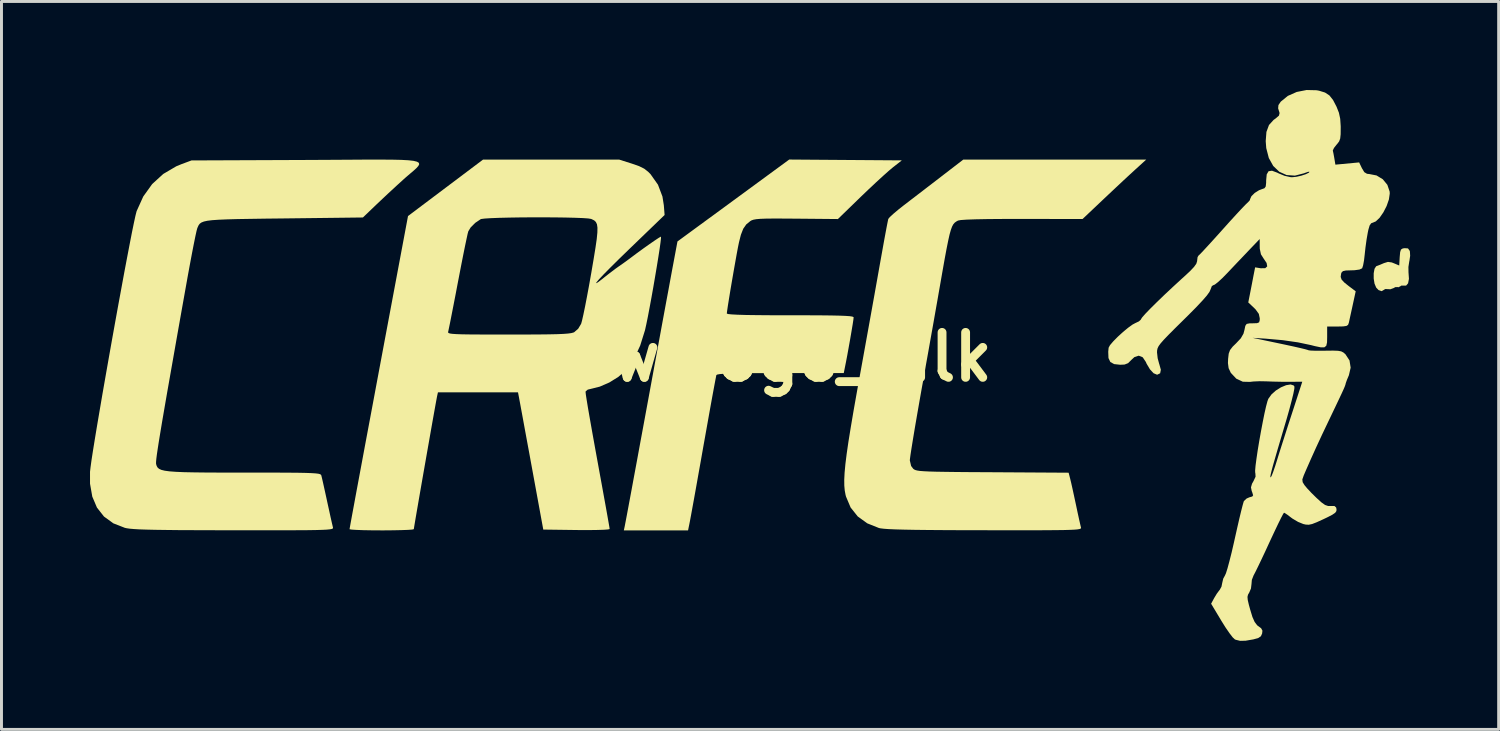
<source format=kicad_pcb>
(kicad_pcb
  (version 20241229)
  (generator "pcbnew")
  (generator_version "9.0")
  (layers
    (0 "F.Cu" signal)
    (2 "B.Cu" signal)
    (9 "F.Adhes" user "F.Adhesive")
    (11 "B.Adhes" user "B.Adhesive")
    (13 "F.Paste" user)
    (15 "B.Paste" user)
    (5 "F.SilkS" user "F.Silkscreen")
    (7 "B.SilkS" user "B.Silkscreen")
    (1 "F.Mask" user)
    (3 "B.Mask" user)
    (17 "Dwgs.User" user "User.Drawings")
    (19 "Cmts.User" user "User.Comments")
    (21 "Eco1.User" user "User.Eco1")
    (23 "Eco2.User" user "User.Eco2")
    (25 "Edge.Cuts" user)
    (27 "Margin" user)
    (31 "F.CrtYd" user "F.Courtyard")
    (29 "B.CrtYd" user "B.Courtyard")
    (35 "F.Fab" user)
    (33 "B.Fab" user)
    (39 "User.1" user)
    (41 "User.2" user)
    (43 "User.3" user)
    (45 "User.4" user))
  (footprint "new_logo_silk"
    (layer "F.Cu")
    (at 22.774 9.047)
    (property "Reference" "new_logo_silk" (at 0 0 0) (layer "F.SilkS") (effects (font (size 1.524 1.524) (thickness 0.3))))
    (attr board_only exclude_from_pos_files exclude_from_bom)
    (fp_poly (pts (xy 21.884 -3.68) (xy 21.94 -3.602) (xy 21.949 -3.572) (xy 21.957 -3.43) (xy 21.932 -3.259) (xy 21.927 -3.24) (xy 21.898 -3.051) (xy 21.901 -2.864) (xy 21.902 -2.856) (xy 21.916 -2.648) (xy 21.887 -2.497) (xy 21.82 -2.42) (xy 21.759 -2.419) (xy 21.659 -2.421) (xy 21.621 -2.394) (xy 21.554 -2.362) (xy 21.532 -2.37) (xy 21.451 -2.367) (xy 21.4 -2.337) (xy 21.285 -2.295) (xy 21.212 -2.3) (xy 21.111 -2.303) (xy 21.073 -2.279) (xy 20.992 -2.231) (xy 20.887 -2.268) (xy 20.807 -2.351) (xy 20.75 -2.485) (xy 20.722 -2.659) (xy 20.722 -2.838) (xy 20.75 -2.989) (xy 20.805 -3.075) (xy 20.818 -3.08) (xy 20.936 -3.125) (xy 21.07 -3.182) (xy 21.204 -3.223) (xy 21.333 -3.205) (xy 21.407 -3.176) (xy 21.587 -3.101) (xy 21.603 -3.386) (xy 21.618 -3.553) (xy 21.646 -3.641) (xy 21.705 -3.678) (xy 21.768 -3.688)) (stroke (width 0) (type solid)) (fill yes) (layer "F.SilkS"))
    (fp_poly (pts (xy 2.825 -6.677) (xy 4.734 -6.663) (xy 4.432 -6.427) (xy 4.297 -6.314) (xy 4.103 -6.141) (xy 3.868 -5.926) (xy 3.61 -5.684) (xy 3.349 -5.434) (xy 2.567 -4.675) (xy 1.156 -4.688) (xy 0.721 -4.691) (xy 0.382 -4.692) (xy 0.124 -4.689) (xy -0.065 -4.682) (xy -0.2 -4.67) (xy -0.293 -4.653) (xy -0.359 -4.63) (xy -0.399 -4.607) (xy -0.537 -4.494) (xy -0.64 -4.347) (xy -0.72 -4.142) (xy -0.784 -3.889) (xy -0.816 -3.733) (xy -0.859 -3.505) (xy -0.909 -3.226) (xy -0.964 -2.915) (xy -1.02 -2.591) (xy -1.074 -2.275) (xy -1.121 -1.986) (xy -1.16 -1.743) (xy -1.186 -1.567) (xy -1.197 -1.476) (xy -1.197 -1.474) (xy -1.158 -1.457) (xy -1.038 -1.444) (xy -0.833 -1.433) (xy -0.539 -1.424) (xy -0.149 -1.419) (xy 0.34 -1.415) (xy 0.932 -1.414) (xy 0.952 -1.414) (xy 1.507 -1.414) (xy 1.963 -1.412) (xy 2.327 -1.408) (xy 2.609 -1.402) (xy 2.818 -1.394) (xy 2.963 -1.384) (xy 3.052 -1.371) (xy 3.094 -1.354) (xy 3.1 -1.342) (xy 3.091 -1.261) (xy 3.066 -1.097) (xy 3.028 -0.871) (xy 2.983 -0.607) (xy 2.933 -0.328) (xy 2.884 -0.057) (xy 2.838 0.184) (xy 2.823 0.258) (xy 2.766 0.544) (xy 0.62 0.544) (xy 0.054 0.545) (xy -0.412 0.547) (xy -0.785 0.551) (xy -1.074 0.558) (xy -1.286 0.567) (xy -1.431 0.578) (xy -1.516 0.593) (xy -1.55 0.61) (xy -1.551 0.612) (xy -1.565 0.678) (xy -1.596 0.841) (xy -1.642 1.087) (xy -1.701 1.407) (xy -1.77 1.788) (xy -1.847 2.22) (xy -1.931 2.691) (xy -1.985 2.991) (xy -2.073 3.491) (xy -2.158 3.966) (xy -2.236 4.405) (xy -2.306 4.795) (xy -2.366 5.123) (xy -2.412 5.376) (xy -2.443 5.541) (xy -2.452 5.589) (xy -2.51 5.874) (xy -4.686 5.874) (xy -4.654 5.725) (xy -4.642 5.66) (xy -4.62 5.546) (xy -4.588 5.377) (xy -4.545 5.148) (xy -4.49 4.853) (xy -4.422 4.488) (xy -4.341 4.048) (xy -4.244 3.527) (xy -4.133 2.921) (xy -4.004 2.225) (xy -3.858 1.433) (xy -3.694 0.541) (xy -3.645 0.272) (xy -3.542 -0.285) (xy -3.441 -0.835) (xy -3.344 -1.362) (xy -3.253 -1.853) (xy -3.171 -2.293) (xy -3.102 -2.669) (xy -3.047 -2.966) (xy -3.009 -3.168) (xy -2.869 -3.916) (xy -0.976 -5.303) (xy 0.917 -6.691)) (stroke (width 0) (type solid)) (fill yes) (layer "F.SilkS"))
    (fp_poly (pts (xy 12.641 -6.35) (xy 12.472 -6.195) (xy 12.246 -5.986) (xy 11.989 -5.745) (xy 11.721 -5.493) (xy 11.562 -5.343) (xy 10.857 -4.676) (xy 8.801 -4.679) (xy 8.171 -4.678) (xy 7.648 -4.674) (xy 7.233 -4.666) (xy 6.926 -4.655) (xy 6.727 -4.641) (xy 6.636 -4.623) (xy 6.575 -4.589) (xy 6.524 -4.551) (xy 6.478 -4.498) (xy 6.436 -4.42) (xy 6.395 -4.308) (xy 6.351 -4.152) (xy 6.304 -3.941) (xy 6.249 -3.667) (xy 6.184 -3.318) (xy 6.107 -2.884) (xy 6.015 -2.357) (xy 5.983 -2.176) (xy 5.939 -1.922) (xy 5.878 -1.578) (xy 5.805 -1.162) (xy 5.721 -0.691) (xy 5.631 -0.183) (xy 5.536 0.345) (xy 5.442 0.876) (xy 5.415 1.022) (xy 5.328 1.515) (xy 5.247 1.98) (xy 5.174 2.405) (xy 5.112 2.778) (xy 5.062 3.087) (xy 5.026 3.32) (xy 5.007 3.465) (xy 5.004 3.502) (xy 5.048 3.692) (xy 5.118 3.785) (xy 5.149 3.809) (xy 5.191 3.829) (xy 5.254 3.846) (xy 5.346 3.86) (xy 5.478 3.87) (xy 5.658 3.879) (xy 5.898 3.886) (xy 6.205 3.891) (xy 6.589 3.896) (xy 7.061 3.9) (xy 7.629 3.903) (xy 7.809 3.904) (xy 10.385 3.92) (xy 10.437 4.122) (xy 10.469 4.254) (xy 10.516 4.463) (xy 10.572 4.721) (xy 10.632 5) (xy 10.633 5.004) (xy 10.689 5.27) (xy 10.74 5.503) (xy 10.78 5.679) (xy 10.803 5.775) (xy 10.804 5.779) (xy 10.805 5.799) (xy 10.79 5.815) (xy 10.752 5.829) (xy 10.682 5.841) (xy 10.573 5.85) (xy 10.417 5.857) (xy 10.206 5.863) (xy 9.931 5.866) (xy 9.585 5.869) (xy 9.16 5.87) (xy 8.649 5.87) (xy 8.042 5.87) (xy 7.523 5.869) (xy 6.791 5.868) (xy 6.161 5.865) (xy 5.626 5.861) (xy 5.178 5.856) (xy 4.811 5.849) (xy 4.518 5.841) (xy 4.291 5.831) (xy 4.124 5.819) (xy 4.01 5.805) (xy 3.958 5.794) (xy 3.561 5.635) (xy 3.239 5.402) (xy 2.998 5.099) (xy 2.842 4.73) (xy 2.826 4.669) (xy 2.799 4.525) (xy 2.784 4.357) (xy 2.782 4.158) (xy 2.794 3.919) (xy 2.821 3.63) (xy 2.864 3.284) (xy 2.924 2.871) (xy 3.003 2.382) (xy 3.1 1.809) (xy 3.218 1.143) (xy 3.287 0.761) (xy 3.392 0.183) (xy 3.5 -0.415) (xy 3.608 -1.012) (xy 3.712 -1.59) (xy 3.809 -2.13) (xy 3.895 -2.612) (xy 3.967 -3.018) (xy 4.001 -3.209) (xy 4.069 -3.587) (xy 4.131 -3.933) (xy 4.186 -4.23) (xy 4.23 -4.463) (xy 4.261 -4.618) (xy 4.274 -4.678) (xy 4.326 -4.742) (xy 4.448 -4.854) (xy 4.619 -4.998) (xy 4.799 -5.14) (xy 5.019 -5.309) (xy 5.297 -5.522) (xy 5.603 -5.757) (xy 5.909 -5.992) (xy 6.056 -6.105) (xy 6.816 -6.69) (xy 13.015 -6.69)) (stroke (width 0) (type solid)) (fill yes) (layer "F.SilkS"))
    (fp_poly (pts (xy -12.549 -6.687) (xy -12.232 -6.68) (xy -11.989 -6.667) (xy -11.812 -6.647) (xy -11.695 -6.618) (xy -11.633 -6.581) (xy -11.62 -6.533) (xy -11.649 -6.473) (xy -11.714 -6.4) (xy -11.81 -6.313) (xy -11.93 -6.211) (xy -12.069 -6.092) (xy -12.141 -6.028) (xy -12.394 -5.798) (xy -12.673 -5.54) (xy -12.937 -5.292) (xy -13.085 -5.152) (xy -13.527 -4.728) (xy -16.185 -4.696) (xy -16.812 -4.689) (xy -17.339 -4.681) (xy -17.775 -4.674) (xy -18.13 -4.664) (xy -18.413 -4.652) (xy -18.631 -4.637) (xy -18.796 -4.617) (xy -18.915 -4.591) (xy -18.998 -4.558) (xy -19.054 -4.518) (xy -19.092 -4.469) (xy -19.12 -4.41) (xy -19.14 -4.362) (xy -19.164 -4.273) (xy -19.204 -4.091) (xy -19.257 -3.831) (xy -19.32 -3.507) (xy -19.39 -3.134) (xy -19.465 -2.726) (xy -19.495 -2.556) (xy -19.666 -1.598) (xy -19.818 -0.741) (xy -19.952 0.02) (xy -20.07 0.69) (xy -20.173 1.275) (xy -20.26 1.78) (xy -20.334 2.211) (xy -20.394 2.573) (xy -20.443 2.871) (xy -20.48 3.111) (xy -20.508 3.299) (xy -20.526 3.44) (xy -20.535 3.538) (xy -20.537 3.601) (xy -20.534 3.628) (xy -20.515 3.691) (xy -20.485 3.744) (xy -20.435 3.788) (xy -20.357 3.824) (xy -20.242 3.852) (xy -20.082 3.874) (xy -19.867 3.89) (xy -19.588 3.902) (xy -19.238 3.909) (xy -18.806 3.914) (xy -18.285 3.916) (xy -17.665 3.916) (xy -17.546 3.916) (xy -16.948 3.916) (xy -16.45 3.917) (xy -16.042 3.919) (xy -15.715 3.922) (xy -15.461 3.927) (xy -15.269 3.934) (xy -15.132 3.943) (xy -15.039 3.954) (xy -14.982 3.969) (xy -14.951 3.987) (xy -14.938 4.008) (xy -14.937 4.011) (xy -14.916 4.096) (xy -14.877 4.266) (xy -14.825 4.5) (xy -14.765 4.774) (xy -14.739 4.895) (xy -14.676 5.181) (xy -14.621 5.434) (xy -14.576 5.632) (xy -14.547 5.755) (xy -14.541 5.779) (xy -14.541 5.798) (xy -14.555 5.815) (xy -14.593 5.829) (xy -14.662 5.84) (xy -14.77 5.85) (xy -14.925 5.857) (xy -15.134 5.863) (xy -15.406 5.867) (xy -15.749 5.869) (xy -16.169 5.871) (xy -16.675 5.871) (xy -17.276 5.871) (xy -17.904 5.871) (xy -18.623 5.869) (xy -19.24 5.867) (xy -19.766 5.865) (xy -20.206 5.86) (xy -20.571 5.855) (xy -20.867 5.848) (xy -21.102 5.84) (xy -21.286 5.829) (xy -21.425 5.817) (xy -21.529 5.802) (xy -21.593 5.788) (xy -21.985 5.635) (xy -22.301 5.405) (xy -22.539 5.102) (xy -22.697 4.73) (xy -22.774 4.291) (xy -22.774 3.889) (xy -22.757 3.741) (xy -22.724 3.5) (xy -22.674 3.176) (xy -22.61 2.779) (xy -22.534 2.32) (xy -22.447 1.809) (xy -22.353 1.257) (xy -22.251 0.674) (xy -22.145 0.071) (xy -22.036 -0.543) (xy -21.926 -1.156) (xy -21.817 -1.758) (xy -21.71 -2.338) (xy -21.609 -2.887) (xy -21.513 -3.394) (xy -21.426 -3.848) (xy -21.35 -4.238) (xy -21.285 -4.555) (xy -21.234 -4.789) (xy -21.199 -4.927) (xy -21.194 -4.944) (xy -20.97 -5.439) (xy -20.668 -5.86) (xy -20.294 -6.202) (xy -19.852 -6.462) (xy -19.677 -6.534) (xy -19.336 -6.661) (xy -15.43 -6.677) (xy -14.66 -6.681) (xy -13.993 -6.685) (xy -13.423 -6.689) (xy -12.944 -6.689)) (stroke (width 0) (type solid)) (fill yes) (layer "F.SilkS"))
    (fp_poly (pts (xy -4.414 -6.553) (xy -4.17 -6.468) (xy -3.997 -6.382) (xy -3.86 -6.275) (xy -3.78 -6.193) (xy -3.53 -5.839) (xy -3.378 -5.438) (xy -3.331 -5.142) (xy -3.305 -4.812) (xy -4.482 -3.677) (xy -4.848 -3.322) (xy -5.145 -3.028) (xy -5.373 -2.797) (xy -5.53 -2.63) (xy -5.614 -2.53) (xy -5.624 -2.498) (xy -5.558 -2.536) (xy -5.415 -2.645) (xy -5.346 -2.701) (xy -5.16 -2.847) (xy -4.968 -2.992) (xy -4.868 -3.063) (xy -4.684 -3.192) (xy -4.498 -3.328) (xy -4.455 -3.36) (xy -4.248 -3.515) (xy -4.03 -3.674) (xy -3.821 -3.822) (xy -3.639 -3.948) (xy -3.503 -4.038) (xy -3.433 -4.078) (xy -3.429 -4.079) (xy -3.427 -4.028) (xy -3.443 -3.886) (xy -3.473 -3.669) (xy -3.516 -3.392) (xy -3.568 -3.071) (xy -3.627 -2.721) (xy -3.689 -2.359) (xy -3.753 -2.001) (xy -3.816 -1.661) (xy -3.874 -1.356) (xy -3.926 -1.102) (xy -3.968 -0.913) (xy -3.972 -0.899) (xy -4.132 -0.388) (xy -4.336 0.052) (xy -4.577 0.404) (xy -4.624 0.457) (xy -4.872 0.673) (xy -5.178 0.863) (xy -5.5 1.003) (xy -5.741 1.064) (xy -5.91 1.105) (xy -5.98 1.165) (xy -5.983 1.184) (xy -5.974 1.268) (xy -5.947 1.444) (xy -5.903 1.714) (xy -5.839 2.081) (xy -5.757 2.546) (xy -5.655 3.112) (xy -5.533 3.782) (xy -5.435 4.318) (xy -5.365 4.704) (xy -5.301 5.056) (xy -5.247 5.358) (xy -5.205 5.597) (xy -5.177 5.758) (xy -5.167 5.828) (xy -5.167 5.829) (xy -5.219 5.842) (xy -5.363 5.853) (xy -5.584 5.86) (xy -5.866 5.864) (xy -6.193 5.863) (xy -6.292 5.862) (xy -7.416 5.847) (xy -7.805 3.726) (xy -7.892 3.251) (xy -7.975 2.803) (xy -8.05 2.395) (xy -8.115 2.039) (xy -8.169 1.748) (xy -8.208 1.536) (xy -8.231 1.415) (xy -8.233 1.401) (xy -8.272 1.197) (xy -10.985 1.197) (xy -11.012 1.319) (xy -11.028 1.402) (xy -11.06 1.576) (xy -11.105 1.826) (xy -11.161 2.139) (xy -11.225 2.501) (xy -11.295 2.899) (xy -11.369 3.319) (xy -11.444 3.747) (xy -11.518 4.169) (xy -11.588 4.572) (xy -11.652 4.942) (xy -11.708 5.266) (xy -11.753 5.529) (xy -11.785 5.719) (xy -11.801 5.82) (xy -11.803 5.833) (xy -11.854 5.846) (xy -11.998 5.857) (xy -12.219 5.865) (xy -12.499 5.871) (xy -12.823 5.874) (xy -12.89 5.874) (xy -13.221 5.872) (xy -13.511 5.867) (xy -13.745 5.858) (xy -13.906 5.848) (xy -13.977 5.836) (xy -13.98 5.833) (xy -13.97 5.775) (xy -13.942 5.618) (xy -13.896 5.367) (xy -13.834 5.032) (xy -13.758 4.619) (xy -13.668 4.136) (xy -13.566 3.589) (xy -13.454 2.986) (xy -13.332 2.335) (xy -13.202 1.642) (xy -13.066 0.914) (xy -12.99 0.508) (xy -12.739 -0.832) (xy -10.641 -0.832) (xy -10.624 -0.813) (xy -10.578 -0.797) (xy -10.494 -0.785) (xy -10.361 -0.776) (xy -10.169 -0.769) (xy -9.909 -0.765) (xy -9.57 -0.763) (xy -9.143 -0.762) (xy -8.617 -0.761) (xy -8.595 -0.761) (xy -8.046 -0.762) (xy -7.597 -0.764) (xy -7.235 -0.768) (xy -6.952 -0.774) (xy -6.737 -0.783) (xy -6.579 -0.795) (xy -6.469 -0.81) (xy -6.396 -0.829) (xy -6.368 -0.841) (xy -6.234 -0.957) (xy -6.133 -1.126) (xy -6.103 -1.233) (xy -6.058 -1.432) (xy -6.001 -1.705) (xy -5.937 -2.037) (xy -5.867 -2.412) (xy -5.796 -2.814) (xy -5.791 -2.841) (xy -5.71 -3.317) (xy -5.648 -3.698) (xy -5.605 -3.994) (xy -5.583 -4.219) (xy -5.58 -4.383) (xy -5.597 -4.498) (xy -5.634 -4.576) (xy -5.69 -4.629) (xy -5.767 -4.667) (xy -5.795 -4.679) (xy -5.892 -4.695) (xy -6.079 -4.708) (xy -6.342 -4.718) (xy -6.662 -4.726) (xy -7.025 -4.731) (xy -7.414 -4.733) (xy -7.814 -4.733) (xy -8.207 -4.73) (xy -8.578 -4.724) (xy -8.911 -4.716) (xy -9.189 -4.705) (xy -9.396 -4.692) (xy -9.517 -4.677) (xy -9.535 -4.671) (xy -9.721 -4.546) (xy -9.876 -4.391) (xy -9.956 -4.26) (xy -9.978 -4.178) (xy -10.016 -4.003) (xy -10.069 -3.751) (xy -10.133 -3.435) (xy -10.205 -3.069) (xy -10.282 -2.669) (xy -10.306 -2.547) (xy -10.383 -2.141) (xy -10.456 -1.766) (xy -10.52 -1.438) (xy -10.573 -1.169) (xy -10.613 -0.975) (xy -10.635 -0.869) (xy -10.639 -0.857) (xy -10.641 -0.832) (xy -12.739 -0.832) (xy -11.999 -4.777) (xy -10.728 -5.733) (xy -9.456 -6.69) (xy -4.846 -6.69)) (stroke (width 0) (type solid)) (fill yes) (layer "F.SilkS"))
    (fp_poly (pts (xy 18.786 -9.039) (xy 18.873 -9.023) (xy 19.073 -8.961) (xy 19.221 -8.864) (xy 19.344 -8.709) (xy 19.461 -8.485) (xy 19.543 -8.278) (xy 19.587 -8.072) (xy 19.604 -7.817) (xy 19.604 -7.768) (xy 19.602 -7.548) (xy 19.587 -7.405) (xy 19.551 -7.306) (xy 19.485 -7.219) (xy 19.465 -7.197) (xy 19.377 -7.085) (xy 19.337 -7.001) (xy 19.338 -6.989) (xy 19.357 -6.903) (xy 19.383 -6.761) (xy 19.389 -6.726) (xy 19.424 -6.518) (xy 20.229 -6.594) (xy 20.323 -6.397) (xy 20.404 -6.263) (xy 20.496 -6.208) (xy 20.572 -6.2) (xy 20.818 -6.152) (xy 21.03 -6.023) (xy 21.185 -5.834) (xy 21.262 -5.606) (xy 21.266 -5.538) (xy 21.237 -5.338) (xy 21.16 -5.117) (xy 21.049 -4.901) (xy 20.922 -4.718) (xy 20.792 -4.595) (xy 20.708 -4.559) (xy 20.635 -4.531) (xy 20.584 -4.457) (xy 20.541 -4.311) (xy 20.521 -4.215) (xy 20.481 -3.985) (xy 20.443 -3.711) (xy 20.418 -3.481) (xy 20.394 -3.274) (xy 20.363 -3.106) (xy 20.332 -3.01) (xy 20.328 -3.005) (xy 20.241 -2.964) (xy 20.076 -2.941) (xy 19.961 -2.937) (xy 19.78 -2.932) (xy 19.68 -2.91) (xy 19.632 -2.863) (xy 19.618 -2.823) (xy 19.603 -2.715) (xy 19.634 -2.624) (xy 19.727 -2.524) (xy 19.875 -2.405) (xy 20.112 -2.227) (xy 20.009 -1.753) (xy 19.959 -1.524) (xy 19.915 -1.324) (xy 19.885 -1.185) (xy 19.878 -1.156) (xy 19.853 -1.089) (xy 19.798 -1.053) (xy 19.687 -1.037) (xy 19.498 -1.033) (xy 19.145 -1.033) (xy 19.145 -0.68) (xy 19.141 -0.495) (xy 19.115 -0.381) (xy 19.049 -0.328) (xy 18.924 -0.329) (xy 18.722 -0.371) (xy 18.599 -0.403) (xy 18.154 -0.497) (xy 17.637 -0.571) (xy 17.084 -0.62) (xy 17.078 -0.621) (xy 16.616 -0.65) (xy 17.242 -0.519) (xy 17.669 -0.429) (xy 17.999 -0.358) (xy 18.24 -0.303) (xy 18.401 -0.264) (xy 18.491 -0.238) (xy 18.512 -0.229) (xy 18.583 -0.219) (xy 18.738 -0.213) (xy 18.949 -0.212) (xy 19.096 -0.214) (xy 19.345 -0.217) (xy 19.511 -0.211) (xy 19.619 -0.192) (xy 19.694 -0.154) (xy 19.763 -0.095) (xy 19.766 -0.091) (xy 19.902 0.116) (xy 19.941 0.36) (xy 19.881 0.619) (xy 19.876 0.63) (xy 19.815 0.775) (xy 19.778 0.879) (xy 19.773 0.897) (xy 19.764 0.935) (xy 19.744 0.993) (xy 19.706 1.083) (xy 19.645 1.217) (xy 19.555 1.408) (xy 19.431 1.669) (xy 19.267 2.013) (xy 19.215 2.121) (xy 18.98 2.614) (xy 18.781 3.042) (xy 18.602 3.438) (xy 18.428 3.833) (xy 18.35 4.015) (xy 18.304 4.147) (xy 18.315 4.241) (xy 18.377 4.342) (xy 18.468 4.451) (xy 18.61 4.603) (xy 18.774 4.764) (xy 18.786 4.776) (xy 18.953 4.927) (xy 19.074 5.013) (xy 19.174 5.047) (xy 19.268 5.048) (xy 19.393 5.049) (xy 19.448 5.097) (xy 19.462 5.155) (xy 19.458 5.219) (xy 19.416 5.279) (xy 19.317 5.346) (xy 19.144 5.435) (xy 19.014 5.497) (xy 18.79 5.599) (xy 18.635 5.659) (xy 18.522 5.683) (xy 18.422 5.678) (xy 18.337 5.659) (xy 18.16 5.587) (xy 17.973 5.477) (xy 17.921 5.439) (xy 17.795 5.343) (xy 17.705 5.285) (xy 17.683 5.276) (xy 17.651 5.323) (xy 17.582 5.454) (xy 17.483 5.655) (xy 17.361 5.911) (xy 17.223 6.206) (xy 17.194 6.268) (xy 17.05 6.581) (xy 16.915 6.867) (xy 16.799 7.109) (xy 16.71 7.29) (xy 16.657 7.391) (xy 16.653 7.397) (xy 16.593 7.552) (xy 16.582 7.685) (xy 16.563 7.844) (xy 16.506 7.978) (xy 16.463 8.053) (xy 16.445 8.128) (xy 16.454 8.232) (xy 16.491 8.392) (xy 16.537 8.559) (xy 16.613 8.809) (xy 16.688 8.978) (xy 16.775 9.092) (xy 16.891 9.178) (xy 16.905 9.186) (xy 16.952 9.272) (xy 16.941 9.369) (xy 16.9 9.461) (xy 16.813 9.52) (xy 16.651 9.566) (xy 16.636 9.569) (xy 16.38 9.613) (xy 16.194 9.617) (xy 16.046 9.58) (xy 16.015 9.566) (xy 15.945 9.5) (xy 15.836 9.359) (xy 15.703 9.166) (xy 15.561 8.939) (xy 15.559 8.935) (xy 15.213 8.359) (xy 15.316 8.168) (xy 15.404 8.022) (xy 15.488 7.908) (xy 15.501 7.895) (xy 15.564 7.781) (xy 15.589 7.657) (xy 15.624 7.508) (xy 15.679 7.408) (xy 15.715 7.329) (xy 15.768 7.161) (xy 15.833 6.92) (xy 15.908 6.623) (xy 15.986 6.286) (xy 16.017 6.146) (xy 16.095 5.799) (xy 16.167 5.484) (xy 16.231 5.219) (xy 16.282 5.019) (xy 16.316 4.902) (xy 16.324 4.882) (xy 16.414 4.796) (xy 16.509 4.754) (xy 16.606 4.727) (xy 16.636 4.688) (xy 16.611 4.599) (xy 16.588 4.539) (xy 16.563 4.417) (xy 16.599 4.293) (xy 16.645 4.212) (xy 16.719 4.056) (xy 16.713 3.942) (xy 16.708 3.932) (xy 16.704 3.852) (xy 16.718 3.685) (xy 16.749 3.45) (xy 16.791 3.165) (xy 16.843 2.851) (xy 16.901 2.526) (xy 16.961 2.209) (xy 17.019 1.92) (xy 17.074 1.677) (xy 17.121 1.5) (xy 17.15 1.419) (xy 17.256 1.27) (xy 17.407 1.135) (xy 17.581 1.027) (xy 17.754 0.955) (xy 17.905 0.93) (xy 18.009 0.963) (xy 18.036 1.003) (xy 18.032 1.08) (xy 17.999 1.245) (xy 17.941 1.482) (xy 17.864 1.774) (xy 17.77 2.106) (xy 17.728 2.247) (xy 17.583 2.737) (xy 17.466 3.132) (xy 17.376 3.443) (xy 17.308 3.679) (xy 17.262 3.85) (xy 17.234 3.966) (xy 17.221 4.036) (xy 17.222 4.07) (xy 17.231 4.079) (xy 17.262 4.03) (xy 17.314 3.898) (xy 17.38 3.707) (xy 17.43 3.548) (xy 17.498 3.328) (xy 17.592 3.03) (xy 17.703 2.683) (xy 17.822 2.311) (xy 17.942 1.943) (xy 17.947 1.928) (xy 18.302 0.837) (xy 17.867 0.84) (xy 17.597 0.839) (xy 17.312 0.833) (xy 17.078 0.824) (xy 16.857 0.82) (xy 16.648 0.829) (xy 16.528 0.843) (xy 16.287 0.837) (xy 16.065 0.733) (xy 15.885 0.541) (xy 15.876 0.528) (xy 15.806 0.378) (xy 15.783 0.204) (xy 15.789 0.061) (xy 15.809 -0.113) (xy 15.854 -0.236) (xy 15.945 -0.353) (xy 16.058 -0.463) (xy 16.219 -0.634) (xy 16.309 -0.79) (xy 16.343 -0.918) (xy 16.372 -1.057) (xy 16.418 -1.122) (xy 16.518 -1.141) (xy 16.621 -1.142) (xy 16.769 -1.147) (xy 16.839 -1.175) (xy 16.86 -1.249) (xy 16.861 -1.313) (xy 16.829 -1.462) (xy 16.722 -1.61) (xy 16.667 -1.666) (xy 16.472 -1.849) (xy 16.531 -2.148) (xy 16.578 -2.389) (xy 16.628 -2.648) (xy 16.646 -2.743) (xy 16.704 -3.038) (xy 16.89 -3.008) (xy 17.046 -3.009) (xy 17.114 -3.071) (xy 17.093 -3.187) (xy 17.002 -3.321) (xy 16.901 -3.48) (xy 16.862 -3.666) (xy 16.86 -3.743) (xy 16.859 -3.998) (xy 16.52 -3.644) (xy 16.329 -3.443) (xy 16.1 -3.203) (xy 15.871 -2.961) (xy 15.768 -2.852) (xy 15.597 -2.677) (xy 15.448 -2.54) (xy 15.339 -2.455) (xy 15.292 -2.436) (xy 15.238 -2.404) (xy 15.197 -2.298) (xy 15.195 -2.292) (xy 15.158 -2.208) (xy 15.069 -2.084) (xy 14.921 -1.914) (xy 14.709 -1.688) (xy 14.424 -1.401) (xy 14.271 -1.25) (xy 13.985 -0.968) (xy 13.768 -0.75) (xy 13.61 -0.585) (xy 13.502 -0.462) (xy 13.434 -0.369) (xy 13.398 -0.293) (xy 13.383 -0.225) (xy 13.38 -0.157) (xy 13.402 0.042) (xy 13.454 0.236) (xy 13.459 0.248) (xy 13.51 0.432) (xy 13.486 0.551) (xy 13.39 0.598) (xy 13.378 0.598) (xy 13.264 0.55) (xy 13.141 0.418) (xy 13.027 0.227) (xy 13 0.165) (xy 12.895 0.009) (xy 12.76 -0.045) (xy 12.612 0.004) (xy 12.512 0.097) (xy 12.4 0.208) (xy 12.281 0.255) (xy 12.132 0.262) (xy 11.927 0.24) (xy 11.798 0.169) (xy 11.735 0.035) (xy 11.727 -0.177) (xy 11.74 -0.315) (xy 11.786 -0.401) (xy 11.897 -0.531) (xy 12.051 -0.687) (xy 12.226 -0.847) (xy 12.4 -0.991) (xy 12.551 -1.1) (xy 12.641 -1.148) (xy 12.767 -1.208) (xy 12.833 -1.268) (xy 12.836 -1.28) (xy 12.875 -1.341) (xy 12.984 -1.465) (xy 13.153 -1.64) (xy 13.371 -1.856) (xy 13.627 -2.103) (xy 13.912 -2.37) (xy 14.213 -2.647) (xy 14.291 -2.717) (xy 14.5 -2.911) (xy 14.635 -3.054) (xy 14.711 -3.161) (xy 14.739 -3.249) (xy 14.74 -3.269) (xy 14.754 -3.384) (xy 14.785 -3.436) (xy 14.833 -3.48) (xy 14.942 -3.594) (xy 15.1 -3.765) (xy 15.297 -3.981) (xy 15.521 -4.229) (xy 15.606 -4.324) (xy 15.839 -4.584) (xy 16.052 -4.817) (xy 16.231 -5.01) (xy 16.367 -5.152) (xy 16.446 -5.229) (xy 16.458 -5.238) (xy 16.526 -5.314) (xy 16.534 -5.351) (xy 16.579 -5.45) (xy 16.691 -5.56) (xy 16.836 -5.651) (xy 16.929 -5.686) (xy 17.019 -5.718) (xy 17.063 -5.778) (xy 17.077 -5.899) (xy 17.078 -5.986) (xy 17.097 -6.188) (xy 17.159 -6.295) (xy 17.275 -6.313) (xy 17.455 -6.246) (xy 17.503 -6.221) (xy 17.701 -6.14) (xy 17.9 -6.095) (xy 17.958 -6.092) (xy 18.105 -6.107) (xy 18.272 -6.145) (xy 18.423 -6.195) (xy 18.524 -6.246) (xy 18.547 -6.276) (xy 18.503 -6.276) (xy 18.394 -6.239) (xy 18.358 -6.225) (xy 18.052 -6.146) (xy 17.77 -6.166) (xy 17.522 -6.278) (xy 17.318 -6.473) (xy 17.168 -6.743) (xy 17.081 -7.079) (xy 17.063 -7.315) (xy 17.087 -7.627) (xy 17.174 -7.862) (xy 17.331 -8.035) (xy 17.39 -8.076) (xy 17.511 -8.179) (xy 17.533 -8.267) (xy 17.484 -8.426) (xy 17.494 -8.536) (xy 17.569 -8.647) (xy 17.578 -8.657) (xy 17.813 -8.848) (xy 18.113 -8.981) (xy 18.448 -9.047)) (stroke (width 0) (type solid)) (fill yes) (layer "F.SilkS")))
  (gr_rect
    (start -3 -3)
    (end 47.73 21.664)
    (stroke (width 0.1) (type default))
    (fill no)
    (layer "Edge.Cuts")))
</source>
